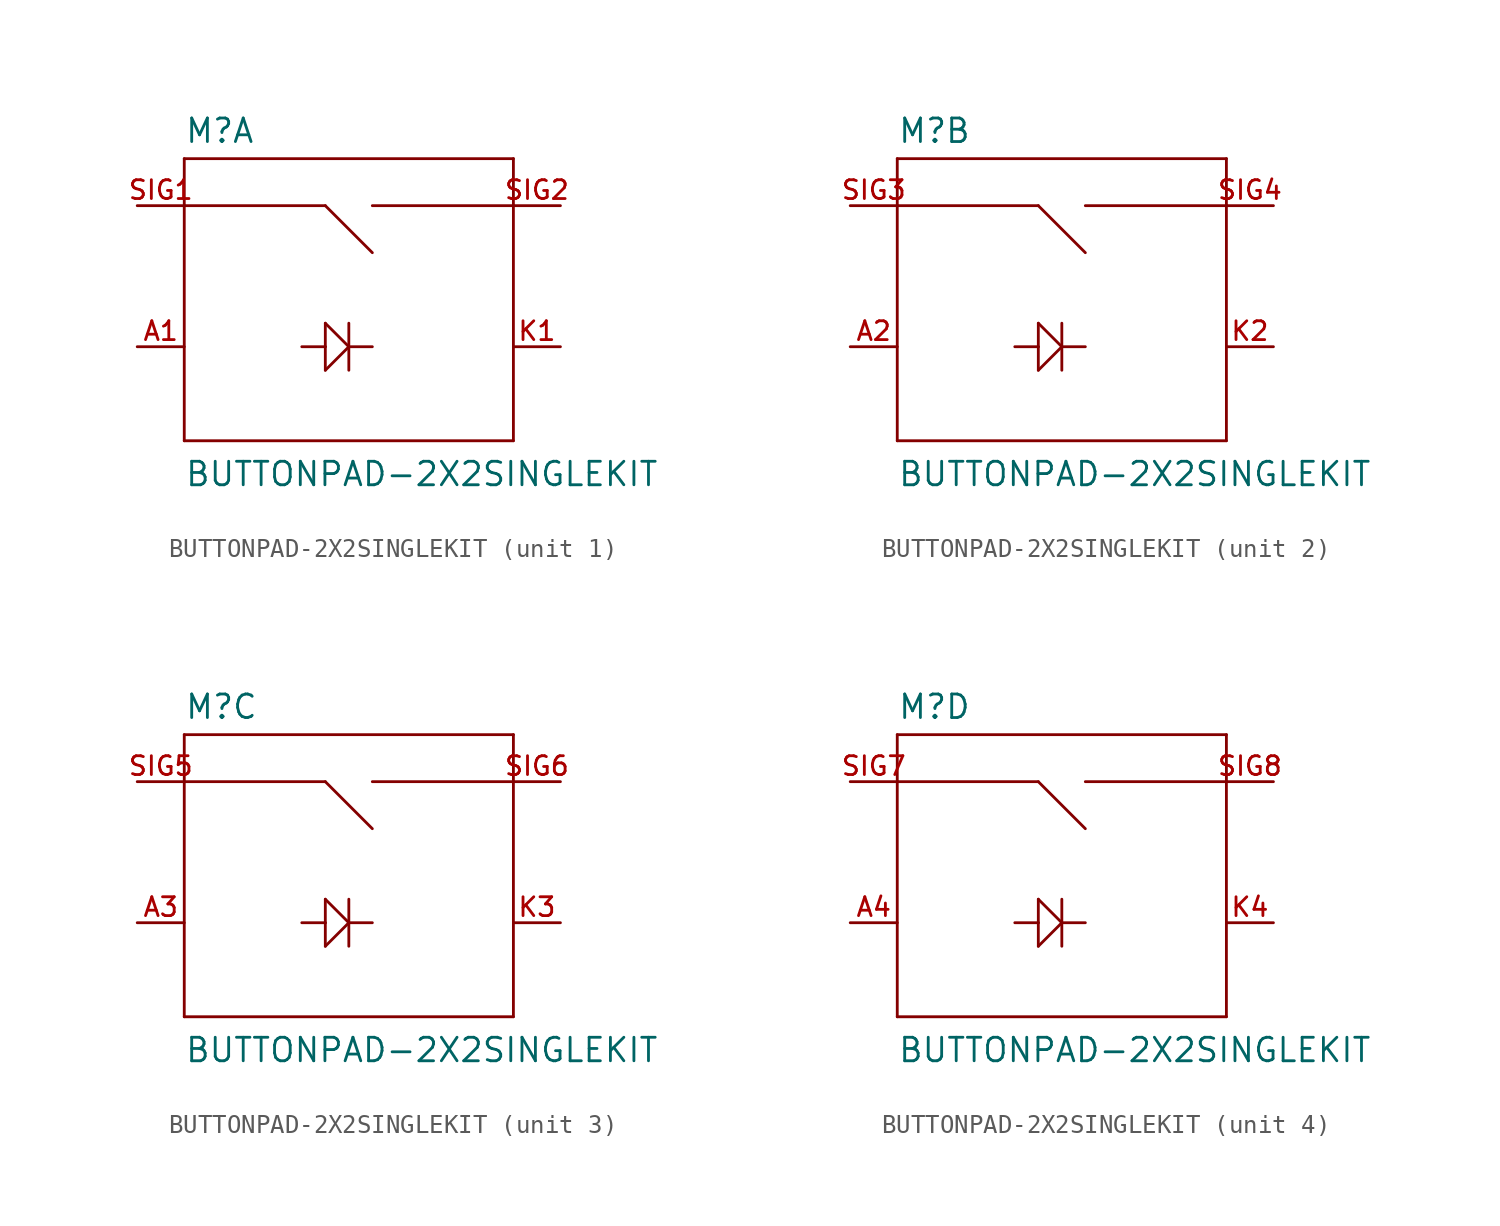
<source format=kicad_sym>
(kicad_symbol_lib
  (version 20220914)
  (generator kicad_symbol_editor)
  (symbol "BUTTONPAD-2X2SINGLEKIT"
    (pin_names
      (offset 1.016) hide)
    (property "Reference" "M"
      (at -7.62 8.382 0)
      (effects (font (size 1.27 1.27)) (justify left bottom)))
    (property "Value" "BUTTONPAD-2X2SINGLEKIT"
      (at -7.62 -10.16 0)
      (effects (font (size 1.27 1.27)) (justify left bottom)))
    (property "ki_locked" ""
      (at 0 0 0)
      (effects (font (size 1.27 1.27))))
    (symbol "BUTTONPAD-2X2SINGLEKIT_1_0"
      (polyline (pts (xy -7.62 -7.62) (xy -7.62 5.08)) (stroke (width 0) (type solid)) (fill (type none)))
      (polyline (pts (xy -7.62 5.08) (xy -7.62 7.62)) (stroke (width 0) (type solid)) (fill (type none)))
      (polyline (pts (xy -7.62 5.08) (xy 0 5.08)) (stroke (width 0) (type solid)) (fill (type none)))
      (polyline (pts (xy -7.62 7.62) (xy 10.16 7.62)) (stroke (width 0) (type solid)) (fill (type none)))
      (polyline (pts (xy 0 -3.81) (xy 1.27 -2.54)) (stroke (width 0) (type solid)) (fill (type none)))
      (polyline (pts (xy 0 -2.54) (xy -1.27 -2.54)) (stroke (width 0) (type solid)) (fill (type none)))
      (polyline (pts (xy 0 -2.54) (xy 0 -3.81)) (stroke (width 0) (type solid)) (fill (type none)))
      (polyline (pts (xy 0 -1.27) (xy 0 -2.54)) (stroke (width 0) (type solid)) (fill (type none)))
      (polyline (pts (xy 0 5.08) (xy 2.54 2.54)) (stroke (width 0) (type solid)) (fill (type none)))
      (polyline (pts (xy 1.27 -2.54) (xy 0 -1.27)) (stroke (width 0) (type solid)) (fill (type none)))
      (polyline (pts (xy 1.27 -2.54) (xy 1.27 -3.81)) (stroke (width 0) (type solid)) (fill (type none)))
      (polyline (pts (xy 1.27 -2.54) (xy 2.54 -2.54)) (stroke (width 0) (type solid)) (fill (type none)))
      (polyline (pts (xy 1.27 -1.27) (xy 1.27 -2.54)) (stroke (width 0) (type solid)) (fill (type none)))
      (polyline (pts (xy 2.54 5.08) (xy 10.16 5.08)) (stroke (width 0) (type solid)) (fill (type none)))
      (polyline (pts (xy 10.16 -7.62) (xy -7.62 -7.62)) (stroke (width 0) (type solid)) (fill (type none)))
      (polyline (pts (xy 10.16 5.08) (xy 10.16 -7.62)) (stroke (width 0) (type solid)) (fill (type none)))
      (polyline (pts (xy 10.16 7.62) (xy 10.16 5.08)) (stroke (width 0) (type solid)) (fill (type none))))
    (symbol "BUTTONPAD-2X2SINGLEKIT_1_1"
      (pin bidirectional line (at -10.16 -2.54 0) (length 2.54) (name "A" (effects (font (size 1.016 1.016)))) (number "A1" (effects (font (size 1.016 1.016)))))
      (pin bidirectional line (at 12.7 -2.54 180) (length 2.54) (name "K" (effects (font (size 1.016 1.016)))) (number "K1" (effects (font (size 1.016 1.016)))))
      (pin bidirectional line (at -10.16 5.08 0) (length 2.54) (name "SIG1" (effects (font (size 1.016 1.016)))) (number "SIG1" (effects (font (size 1.016 1.016)))))
      (pin bidirectional line (at 12.7 5.08 180) (length 2.54) (name "SIG2" (effects (font (size 1.016 1.016)))) (number "SIG2" (effects (font (size 1.016 1.016))))))
    (symbol "BUTTONPAD-2X2SINGLEKIT_2_0"
      (polyline (pts (xy -7.62 -7.62) (xy -7.62 5.08)) (stroke (width 0) (type solid)) (fill (type none)))
      (polyline (pts (xy -7.62 5.08) (xy -7.62 7.62)) (stroke (width 0) (type solid)) (fill (type none)))
      (polyline (pts (xy -7.62 5.08) (xy 0 5.08)) (stroke (width 0) (type solid)) (fill (type none)))
      (polyline (pts (xy -7.62 7.62) (xy 10.16 7.62)) (stroke (width 0) (type solid)) (fill (type none)))
      (polyline (pts (xy 0 -3.81) (xy 1.27 -2.54)) (stroke (width 0) (type solid)) (fill (type none)))
      (polyline (pts (xy 0 -2.54) (xy -1.27 -2.54)) (stroke (width 0) (type solid)) (fill (type none)))
      (polyline (pts (xy 0 -2.54) (xy 0 -3.81)) (stroke (width 0) (type solid)) (fill (type none)))
      (polyline (pts (xy 0 -1.27) (xy 0 -2.54)) (stroke (width 0) (type solid)) (fill (type none)))
      (polyline (pts (xy 0 5.08) (xy 2.54 2.54)) (stroke (width 0) (type solid)) (fill (type none)))
      (polyline (pts (xy 1.27 -2.54) (xy 0 -1.27)) (stroke (width 0) (type solid)) (fill (type none)))
      (polyline (pts (xy 1.27 -2.54) (xy 1.27 -3.81)) (stroke (width 0) (type solid)) (fill (type none)))
      (polyline (pts (xy 1.27 -2.54) (xy 2.54 -2.54)) (stroke (width 0) (type solid)) (fill (type none)))
      (polyline (pts (xy 1.27 -1.27) (xy 1.27 -2.54)) (stroke (width 0) (type solid)) (fill (type none)))
      (polyline (pts (xy 2.54 5.08) (xy 10.16 5.08)) (stroke (width 0) (type solid)) (fill (type none)))
      (polyline (pts (xy 10.16 -7.62) (xy -7.62 -7.62)) (stroke (width 0) (type solid)) (fill (type none)))
      (polyline (pts (xy 10.16 5.08) (xy 10.16 -7.62)) (stroke (width 0) (type solid)) (fill (type none)))
      (polyline (pts (xy 10.16 7.62) (xy 10.16 5.08)) (stroke (width 0) (type solid)) (fill (type none))))
    (symbol "BUTTONPAD-2X2SINGLEKIT_2_1"
      (pin bidirectional line (at -10.16 -2.54 0) (length 2.54) (name "A" (effects (font (size 1.016 1.016)))) (number "A2" (effects (font (size 1.016 1.016)))))
      (pin bidirectional line (at 12.7 -2.54 180) (length 2.54) (name "K" (effects (font (size 1.016 1.016)))) (number "K2" (effects (font (size 1.016 1.016)))))
      (pin bidirectional line (at -10.16 5.08 0) (length 2.54) (name "SIG1" (effects (font (size 1.016 1.016)))) (number "SIG3" (effects (font (size 1.016 1.016)))))
      (pin bidirectional line (at 12.7 5.08 180) (length 2.54) (name "SIG2" (effects (font (size 1.016 1.016)))) (number "SIG4" (effects (font (size 1.016 1.016))))))
    (symbol "BUTTONPAD-2X2SINGLEKIT_3_0"
      (polyline (pts (xy -7.62 -7.62) (xy -7.62 5.08)) (stroke (width 0) (type solid)) (fill (type none)))
      (polyline (pts (xy -7.62 5.08) (xy -7.62 7.62)) (stroke (width 0) (type solid)) (fill (type none)))
      (polyline (pts (xy -7.62 5.08) (xy 0 5.08)) (stroke (width 0) (type solid)) (fill (type none)))
      (polyline (pts (xy -7.62 7.62) (xy 10.16 7.62)) (stroke (width 0) (type solid)) (fill (type none)))
      (polyline (pts (xy 0 -3.81) (xy 1.27 -2.54)) (stroke (width 0) (type solid)) (fill (type none)))
      (polyline (pts (xy 0 -2.54) (xy -1.27 -2.54)) (stroke (width 0) (type solid)) (fill (type none)))
      (polyline (pts (xy 0 -2.54) (xy 0 -3.81)) (stroke (width 0) (type solid)) (fill (type none)))
      (polyline (pts (xy 0 -1.27) (xy 0 -2.54)) (stroke (width 0) (type solid)) (fill (type none)))
      (polyline (pts (xy 0 5.08) (xy 2.54 2.54)) (stroke (width 0) (type solid)) (fill (type none)))
      (polyline (pts (xy 1.27 -2.54) (xy 0 -1.27)) (stroke (width 0) (type solid)) (fill (type none)))
      (polyline (pts (xy 1.27 -2.54) (xy 1.27 -3.81)) (stroke (width 0) (type solid)) (fill (type none)))
      (polyline (pts (xy 1.27 -2.54) (xy 2.54 -2.54)) (stroke (width 0) (type solid)) (fill (type none)))
      (polyline (pts (xy 1.27 -1.27) (xy 1.27 -2.54)) (stroke (width 0) (type solid)) (fill (type none)))
      (polyline (pts (xy 2.54 5.08) (xy 10.16 5.08)) (stroke (width 0) (type solid)) (fill (type none)))
      (polyline (pts (xy 10.16 -7.62) (xy -7.62 -7.62)) (stroke (width 0) (type solid)) (fill (type none)))
      (polyline (pts (xy 10.16 5.08) (xy 10.16 -7.62)) (stroke (width 0) (type solid)) (fill (type none)))
      (polyline (pts (xy 10.16 7.62) (xy 10.16 5.08)) (stroke (width 0) (type solid)) (fill (type none))))
    (symbol "BUTTONPAD-2X2SINGLEKIT_3_1"
      (pin bidirectional line (at -10.16 -2.54 0) (length 2.54) (name "A" (effects (font (size 1.016 1.016)))) (number "A3" (effects (font (size 1.016 1.016)))))
      (pin bidirectional line (at 12.7 -2.54 180) (length 2.54) (name "K" (effects (font (size 1.016 1.016)))) (number "K3" (effects (font (size 1.016 1.016)))))
      (pin bidirectional line (at -10.16 5.08 0) (length 2.54) (name "SIG1" (effects (font (size 1.016 1.016)))) (number "SIG5" (effects (font (size 1.016 1.016)))))
      (pin bidirectional line (at 12.7 5.08 180) (length 2.54) (name "SIG2" (effects (font (size 1.016 1.016)))) (number "SIG6" (effects (font (size 1.016 1.016))))))
    (symbol "BUTTONPAD-2X2SINGLEKIT_4_0"
      (polyline (pts (xy -7.62 -7.62) (xy -7.62 5.08)) (stroke (width 0) (type solid)) (fill (type none)))
      (polyline (pts (xy -7.62 5.08) (xy -7.62 7.62)) (stroke (width 0) (type solid)) (fill (type none)))
      (polyline (pts (xy -7.62 5.08) (xy 0 5.08)) (stroke (width 0) (type solid)) (fill (type none)))
      (polyline (pts (xy -7.62 7.62) (xy 10.16 7.62)) (stroke (width 0) (type solid)) (fill (type none)))
      (polyline (pts (xy 0 -3.81) (xy 1.27 -2.54)) (stroke (width 0) (type solid)) (fill (type none)))
      (polyline (pts (xy 0 -2.54) (xy -1.27 -2.54)) (stroke (width 0) (type solid)) (fill (type none)))
      (polyline (pts (xy 0 -2.54) (xy 0 -3.81)) (stroke (width 0) (type solid)) (fill (type none)))
      (polyline (pts (xy 0 -1.27) (xy 0 -2.54)) (stroke (width 0) (type solid)) (fill (type none)))
      (polyline (pts (xy 0 5.08) (xy 2.54 2.54)) (stroke (width 0) (type solid)) (fill (type none)))
      (polyline (pts (xy 1.27 -2.54) (xy 0 -1.27)) (stroke (width 0) (type solid)) (fill (type none)))
      (polyline (pts (xy 1.27 -2.54) (xy 1.27 -3.81)) (stroke (width 0) (type solid)) (fill (type none)))
      (polyline (pts (xy 1.27 -2.54) (xy 2.54 -2.54)) (stroke (width 0) (type solid)) (fill (type none)))
      (polyline (pts (xy 1.27 -1.27) (xy 1.27 -2.54)) (stroke (width 0) (type solid)) (fill (type none)))
      (polyline (pts (xy 2.54 5.08) (xy 10.16 5.08)) (stroke (width 0) (type solid)) (fill (type none)))
      (polyline (pts (xy 10.16 -7.62) (xy -7.62 -7.62)) (stroke (width 0) (type solid)) (fill (type none)))
      (polyline (pts (xy 10.16 5.08) (xy 10.16 -7.62)) (stroke (width 0) (type solid)) (fill (type none)))
      (polyline (pts (xy 10.16 7.62) (xy 10.16 5.08)) (stroke (width 0) (type solid)) (fill (type none))))
    (symbol "BUTTONPAD-2X2SINGLEKIT_4_1"
      (pin bidirectional line (at -10.16 -2.54 0) (length 2.54) (name "A" (effects (font (size 1.016 1.016)))) (number "A4" (effects (font (size 1.016 1.016)))))
      (pin bidirectional line (at 12.7 -2.54 180) (length 2.54) (name "K" (effects (font (size 1.016 1.016)))) (number "K4" (effects (font (size 1.016 1.016)))))
      (pin bidirectional line (at -10.16 5.08 0) (length 2.54) (name "SIG1" (effects (font (size 1.016 1.016)))) (number "SIG7" (effects (font (size 1.016 1.016)))))
      (pin bidirectional line (at 12.7 5.08 180) (length 2.54) (name "SIG2" (effects (font (size 1.016 1.016)))) (number "SIG8" (effects (font (size 1.016 1.016))))))))
</source>
